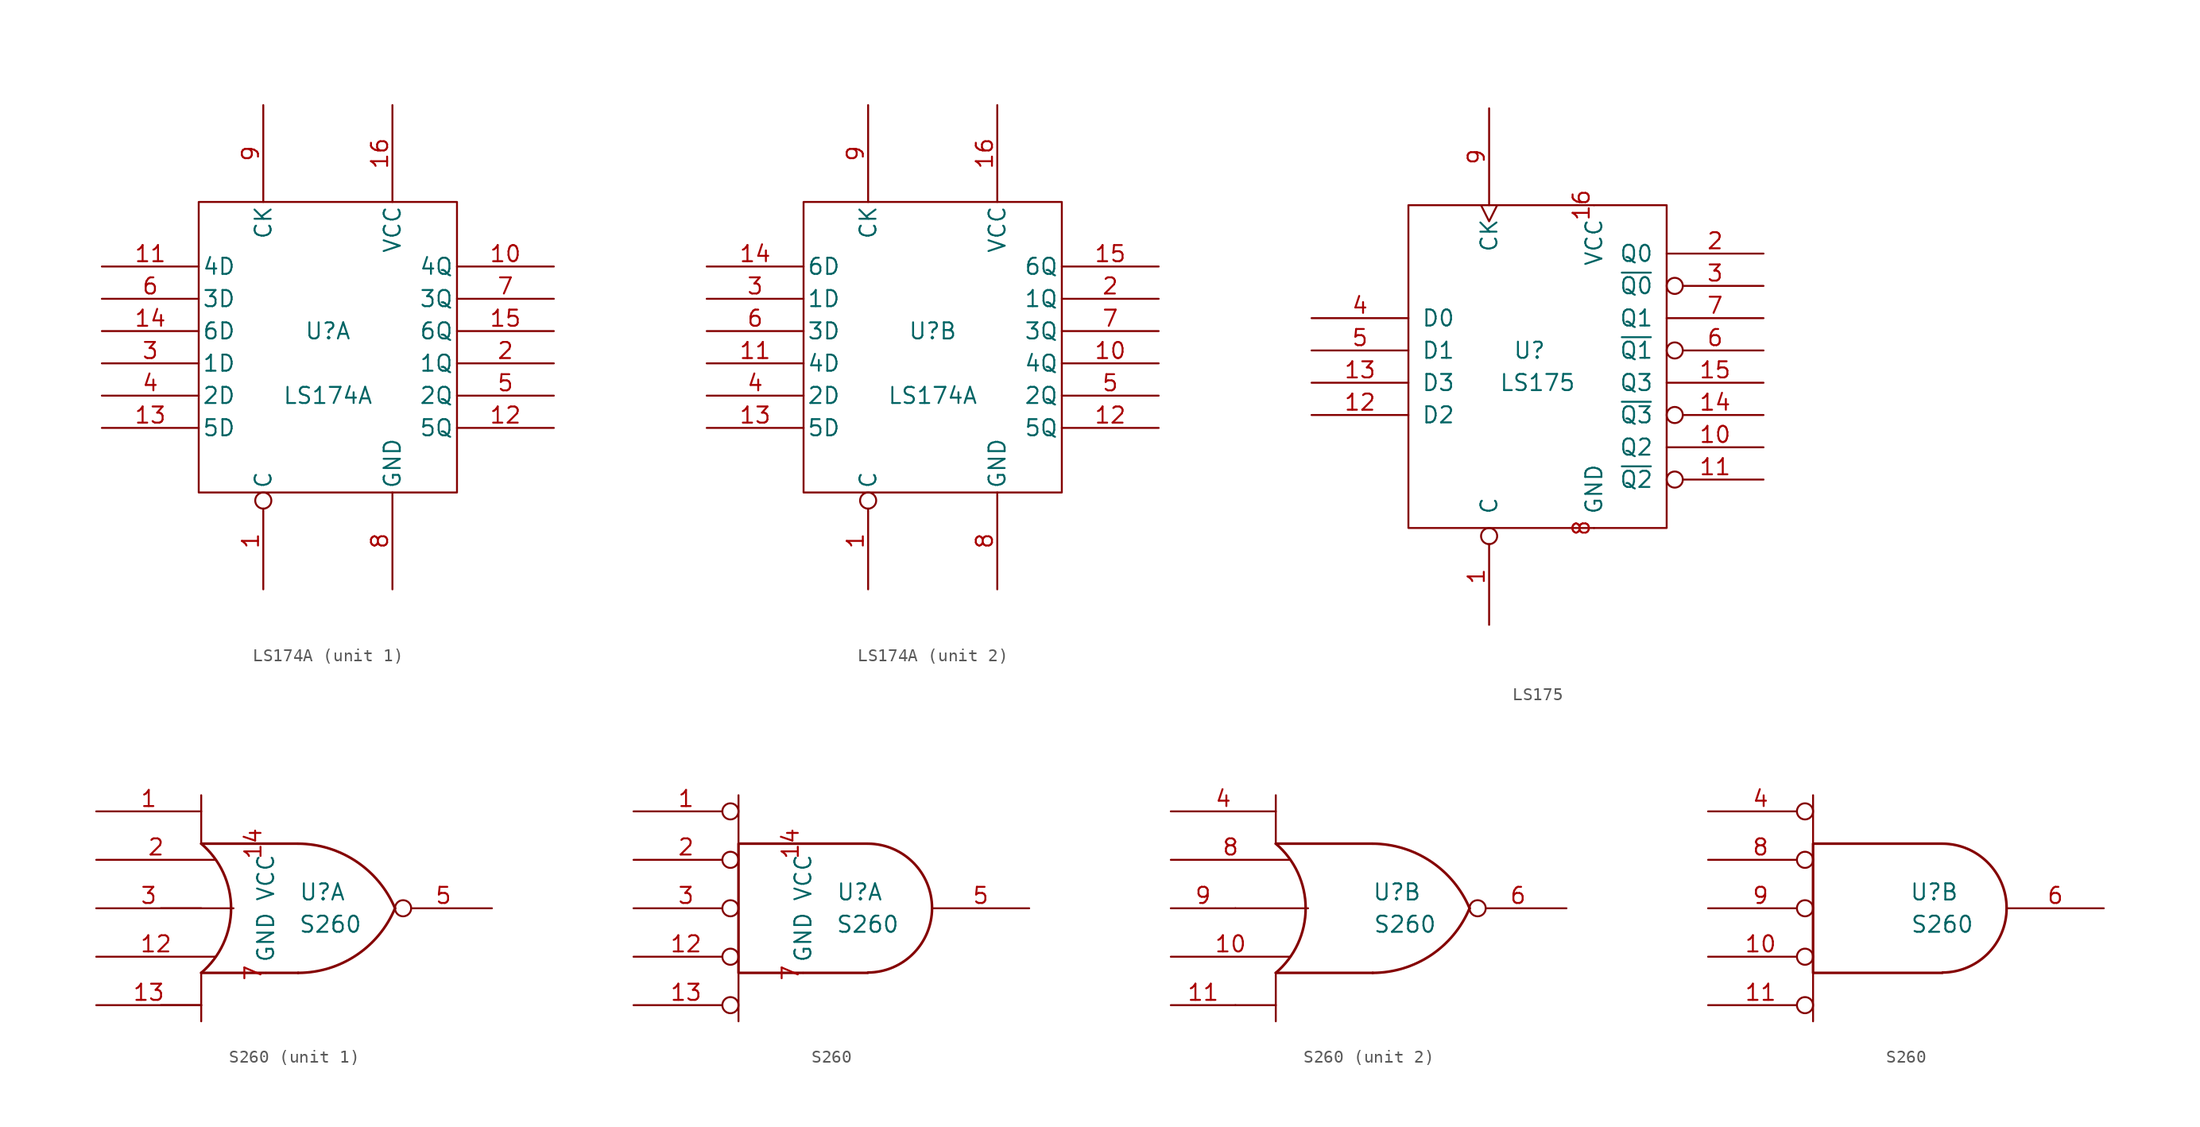
<source format=kicad_sym>
(kicad_symbol_lib
  (version 20211014)
  (generator kicad_symbol_editor)
  (symbol "LS174A"
    (pin_names
      (offset 0.254))
    (property "Reference" "U"
      (at 0 1.27 0)
      (effects (font (size 1.27 1.27))))
    (property "Value" "LS174A"
      (at 0 -3.81 0)
      (effects (font (size 1.27 1.27))))
    (symbol "LS174A_0_0"
      (pin power_in line (at 5.08 19.05 270) (length 7.62) (name "VCC" (effects (font (size 1.27 1.27)))) (number "16" (effects (font (size 1.27 1.27))))))
    (symbol "LS174A_1_0"
      (pin power_in line (at 5.08 -19.05 90) (length 7.62) (name "GND" (effects (font (size 1.27 1.27)))) (number "8" (effects (font (size 1.27 1.27))))))
    (symbol "LS174A_1_1"
      (rectangle (start -10.16 11.43) (end 10.16 -11.43) (stroke (width 0) (type default) (color 0 0 0 0)) (fill (type none)))
      (pin input inverted (at -5.08 -19.05 90) (length 7.62) (name "C" (effects (font (size 1.27 1.27)))) (number "1" (effects (font (size 1.27 1.27)))))
      (pin output line (at 17.78 6.35 180) (length 7.62) (name "4Q" (effects (font (size 1.27 1.27)))) (number "10" (effects (font (size 1.27 1.27)))))
      (pin input line (at -17.78 6.35 0) (length 7.62) (name "4D" (effects (font (size 1.27 1.27)))) (number "11" (effects (font (size 1.27 1.27)))))
      (pin output line (at 17.78 -6.35 180) (length 7.62) (name "5Q" (effects (font (size 1.27 1.27)))) (number "12" (effects (font (size 1.27 1.27)))))
      (pin input line (at -17.78 -6.35 0) (length 7.62) (name "5D" (effects (font (size 1.27 1.27)))) (number "13" (effects (font (size 1.27 1.27)))))
      (pin input line (at -17.78 1.27 0) (length 7.62) (name "6D" (effects (font (size 1.27 1.27)))) (number "14" (effects (font (size 1.27 1.27)))))
      (pin output line (at 17.78 1.27 180) (length 7.62) (name "6Q" (effects (font (size 1.27 1.27)))) (number "15" (effects (font (size 1.27 1.27)))))
      (pin output line (at 17.78 -1.27 180) (length 7.62) (name "1Q" (effects (font (size 1.27 1.27)))) (number "2" (effects (font (size 1.27 1.27)))))
      (pin input line (at -17.78 -1.27 0) (length 7.62) (name "1D" (effects (font (size 1.27 1.27)))) (number "3" (effects (font (size 1.27 1.27)))))
      (pin input line (at -17.78 -3.81 0) (length 7.62) (name "2D" (effects (font (size 1.27 1.27)))) (number "4" (effects (font (size 1.27 1.27)))))
      (pin output line (at 17.78 -3.81 180) (length 7.62) (name "2Q" (effects (font (size 1.27 1.27)))) (number "5" (effects (font (size 1.27 1.27)))))
      (pin input line (at -17.78 3.81 0) (length 7.62) (name "3D" (effects (font (size 1.27 1.27)))) (number "6" (effects (font (size 1.27 1.27)))))
      (pin output line (at 17.78 3.81 180) (length 7.62) (name "3Q" (effects (font (size 1.27 1.27)))) (number "7" (effects (font (size 1.27 1.27)))))
      (pin input line (at -5.08 19.05 270) (length 7.62) (name "CK" (effects (font (size 1.27 1.27)))) (number "9" (effects (font (size 1.27 1.27))))))
    (symbol "LS174A_2_0"
      (pin power_in line (at 5.08 -19.05 90) (length 7.62) (name "GND" (effects (font (size 1.27 1.27)))) (number "8" (effects (font (size 1.27 1.27))))))
    (symbol "LS174A_2_1"
      (rectangle (start -10.16 11.43) (end 10.16 -11.43) (stroke (width 0) (type default) (color 0 0 0 0)) (fill (type none)))
      (pin input inverted (at -5.08 -19.05 90) (length 7.62) (name "C" (effects (font (size 1.27 1.27)))) (number "1" (effects (font (size 1.27 1.27)))))
      (pin output line (at 17.78 -1.27 180) (length 7.62) (name "4Q" (effects (font (size 1.27 1.27)))) (number "10" (effects (font (size 1.27 1.27)))))
      (pin input line (at -17.78 -1.27 0) (length 7.62) (name "4D" (effects (font (size 1.27 1.27)))) (number "11" (effects (font (size 1.27 1.27)))))
      (pin output line (at 17.78 -6.35 180) (length 7.62) (name "5Q" (effects (font (size 1.27 1.27)))) (number "12" (effects (font (size 1.27 1.27)))))
      (pin input line (at -17.78 -6.35 0) (length 7.62) (name "5D" (effects (font (size 1.27 1.27)))) (number "13" (effects (font (size 1.27 1.27)))))
      (pin input line (at -17.78 6.35 0) (length 7.62) (name "6D" (effects (font (size 1.27 1.27)))) (number "14" (effects (font (size 1.27 1.27)))))
      (pin output line (at 17.78 6.35 180) (length 7.62) (name "6Q" (effects (font (size 1.27 1.27)))) (number "15" (effects (font (size 1.27 1.27)))))
      (pin output line (at 17.78 3.81 180) (length 7.62) (name "1Q" (effects (font (size 1.27 1.27)))) (number "2" (effects (font (size 1.27 1.27)))))
      (pin input line (at -17.78 3.81 0) (length 7.62) (name "1D" (effects (font (size 1.27 1.27)))) (number "3" (effects (font (size 1.27 1.27)))))
      (pin input line (at -17.78 -3.81 0) (length 7.62) (name "2D" (effects (font (size 1.27 1.27)))) (number "4" (effects (font (size 1.27 1.27)))))
      (pin output line (at 17.78 -3.81 180) (length 7.62) (name "2Q" (effects (font (size 1.27 1.27)))) (number "5" (effects (font (size 1.27 1.27)))))
      (pin input line (at -17.78 1.27 0) (length 7.62) (name "3D" (effects (font (size 1.27 1.27)))) (number "6" (effects (font (size 1.27 1.27)))))
      (pin output line (at 17.78 1.27 180) (length 7.62) (name "3Q" (effects (font (size 1.27 1.27)))) (number "7" (effects (font (size 1.27 1.27)))))
      (pin input line (at -5.08 19.05 270) (length 7.62) (name "CK" (effects (font (size 1.27 1.27)))) (number "9" (effects (font (size 1.27 1.27)))))))
  (symbol "LS175"
    (pin_names
      (offset 1.016))
    (property "Reference" "U"
      (at -0.635 1.27 0)
      (effects (font (size 1.27 1.27))))
    (property "Value" "LS175"
      (at 0 -1.27 0)
      (effects (font (size 1.27 1.27))))
    (symbol "LS175_0_0"
      (pin power_in line (at 4.445 12.7 270) (length 0) (name "VCC" (effects (font (size 1.27 1.27)))) (number "16" (effects (font (size 1.27 1.27)))))
      (pin power_in line (at 4.445 -12.7 90) (length 0) (name "GND" (effects (font (size 1.27 1.27)))) (number "8" (effects (font (size 1.27 1.27))))))
    (symbol "LS175_0_1"
      (rectangle (start -10.16 12.7) (end 10.16 -12.7) (stroke (width 0) (type default) (color 0 0 0 0)) (fill (type none))))
    (symbol "LS175_1_1"
      (pin input inverted (at -3.81 -20.32 90) (length 7.62) (name "C" (effects (font (size 1.27 1.27)))) (number "1" (effects (font (size 1.27 1.27)))))
      (pin output line (at 17.78 -6.35 180) (length 7.62) (name "Q2" (effects (font (size 1.27 1.27)))) (number "10" (effects (font (size 1.27 1.27)))))
      (pin output inverted (at 17.78 -8.89 180) (length 7.62) (name "~{Q2}" (effects (font (size 1.27 1.27)))) (number "11" (effects (font (size 1.27 1.27)))))
      (pin input line (at -17.78 -3.81 0) (length 7.62) (name "D2" (effects (font (size 1.27 1.27)))) (number "12" (effects (font (size 1.27 1.27)))))
      (pin input line (at -17.78 -1.27 0) (length 7.62) (name "D3" (effects (font (size 1.27 1.27)))) (number "13" (effects (font (size 1.27 1.27)))))
      (pin output inverted (at 17.78 -3.81 180) (length 7.62) (name "~{Q3}" (effects (font (size 1.27 1.27)))) (number "14" (effects (font (size 1.27 1.27)))))
      (pin output line (at 17.78 -1.27 180) (length 7.62) (name "Q3" (effects (font (size 1.27 1.27)))) (number "15" (effects (font (size 1.27 1.27)))))
      (pin output line (at 17.78 8.89 180) (length 7.62) (name "Q0" (effects (font (size 1.27 1.27)))) (number "2" (effects (font (size 1.27 1.27)))))
      (pin output inverted (at 17.78 6.35 180) (length 7.62) (name "~{Q0}" (effects (font (size 1.27 1.27)))) (number "3" (effects (font (size 1.27 1.27)))))
      (pin input line (at -17.78 3.81 0) (length 7.62) (name "D0" (effects (font (size 1.27 1.27)))) (number "4" (effects (font (size 1.27 1.27)))))
      (pin input line (at -17.78 1.27 0) (length 7.62) (name "D1" (effects (font (size 1.27 1.27)))) (number "5" (effects (font (size 1.27 1.27)))))
      (pin output inverted (at 17.78 1.27 180) (length 7.62) (name "~{Q1}" (effects (font (size 1.27 1.27)))) (number "6" (effects (font (size 1.27 1.27)))))
      (pin output line (at 17.78 3.81 180) (length 7.62) (name "Q1" (effects (font (size 1.27 1.27)))) (number "7" (effects (font (size 1.27 1.27)))))
      (pin input clock (at -3.81 20.32 270) (length 7.62) (name "CK" (effects (font (size 1.27 1.27)))) (number "9" (effects (font (size 1.27 1.27)))))))
  (symbol "S260"
    (pin_names
      (offset 0.762))
    (property "Reference" "U"
      (at 1.905 1.27 0)
      (effects (font (size 1.27 1.27))))
    (property "Value" "S260"
      (at 2.54 -1.27 0)
      (effects (font (size 1.27 1.27))))
    (symbol "S260_0_1"
      (arc (start -7.62 -5.08) (mid -5.2708 0) (end -7.62 5.08) (stroke (width 0.2032) (type default) (color 0 0 0 0)) (fill (type none)))
      (arc (start 0 -5.08) (mid 4.5784 -3.6925) (end 7.62 0) (stroke (width 0.2032) (type default) (color 0 0 0 0)) (fill (type none)))
      (polyline (pts (xy -10.795 -7.62) (xy -7.62 -7.62)) (stroke (width 0) (type default) (color 0 0 0 0)) (fill (type none)))
      (polyline (pts (xy -10.795 0) (xy -5.08 0)) (stroke (width 0) (type default) (color 0 0 0 0)) (fill (type none)))
      (polyline (pts (xy -7.62 -5.08) (xy -7.62 -8.89)) (stroke (width 0) (type default) (color 0 0 0 0)) (fill (type none)))
      (polyline (pts (xy -7.62 -5.08) (xy 0 -5.08)) (stroke (width 0.203) (type default) (color 0 0 0 0)) (fill (type none)))
      (polyline (pts (xy -7.62 5.08) (xy -7.62 8.89)) (stroke (width 0) (type default) (color 0 0 0 0)) (fill (type none)))
      (polyline (pts (xy -7.62 5.08) (xy 0 5.08)) (stroke (width 0.203) (type default) (color 0 0 0 0)) (fill (type none)))
      (arc (start 7.62 0) (mid 4.5717 3.6825) (end 0 5.08) (stroke (width 0.2032) (type default) (color 0 0 0 0)) (fill (type none))))
    (symbol "S260_0_2"
      (polyline (pts (xy -7.62 -5.08) (xy -7.62 -8.89)) (stroke (width 0) (type default) (color 0 0 0 0)) (fill (type none)))
      (polyline (pts (xy -7.62 5.08) (xy -7.62 8.89)) (stroke (width 0) (type default) (color 0 0 0 0)) (fill (type none)))
      (polyline (pts (xy 2.54 5.08) (xy -7.62 5.08) (xy -7.62 -5.08) (xy 2.54 -5.08)) (stroke (width 0.203) (type default) (color 0 0 0 0)) (fill (type none)))
      (arc (start 2.5654 -5.0546) (mid 7.5947 0.0127) (end 2.5654 5.08) (stroke (width 0.2032) (type default) (color 0 0 0 0)) (fill (type none))))
    (symbol "S260_1_0"
      (pin power_in line (at -2.54 5.08 270) (length 0) (name "VCC" (effects (font (size 1.27 1.27)))) (number "14" (effects (font (size 1.27 1.27)))))
      (pin power_in line (at -2.54 -5.08 90) (length 0) (name "GND" (effects (font (size 1.27 1.27)))) (number "7" (effects (font (size 1.27 1.27))))))
    (symbol "S260_1_1"
      (pin bidirectional line (at -15.875 7.62 0) (length 8.255) (name "~" (effects (font (size 1.27 1.27)))) (number "1" (effects (font (size 1.27 1.27)))))
      (pin input line (at -15.875 -3.81 0) (length 9.398) (name "~" (effects (font (size 1.27 1.27)))) (number "12" (effects (font (size 1.27 1.27)))))
      (pin bidirectional line (at -15.875 -7.62 0) (length 8.255) (name "~" (effects (font (size 1.27 1.27)))) (number "13" (effects (font (size 1.27 1.27)))))
      (pin input line (at -15.875 3.81 0) (length 9.398) (name "~" (effects (font (size 1.27 1.27)))) (number "2" (effects (font (size 1.27 1.27)))))
      (pin bidirectional line (at -15.875 0 0) (length 8.255) (name "~" (effects (font (size 1.27 1.27)))) (number "3" (effects (font (size 1.27 1.27)))))
      (pin output inverted (at 15.24 0 180) (length 7.62) (name "~" (effects (font (size 1.27 1.27)))) (number "5" (effects (font (size 1.27 1.27))))))
    (symbol "S260_1_2"
      (pin bidirectional inverted (at -15.875 7.62 0) (length 8.255) (name "~" (effects (font (size 1.27 1.27)))) (number "1" (effects (font (size 1.27 1.27)))))
      (pin input inverted (at -15.875 -3.81 0) (length 8.255) (name "~" (effects (font (size 1.27 1.27)))) (number "12" (effects (font (size 1.27 1.27)))))
      (pin bidirectional inverted (at -15.875 -7.62 0) (length 8.255) (name "~" (effects (font (size 1.27 1.27)))) (number "13" (effects (font (size 1.27 1.27)))))
      (pin input inverted (at -15.875 3.81 0) (length 8.255) (name "~" (effects (font (size 1.27 1.27)))) (number "2" (effects (font (size 1.27 1.27)))))
      (pin bidirectional inverted (at -15.875 0 0) (length 8.255) (name "~" (effects (font (size 1.27 1.27)))) (number "3" (effects (font (size 1.27 1.27)))))
      (pin output line (at 15.24 0 180) (length 7.62) (name "~" (effects (font (size 1.27 1.27)))) (number "5" (effects (font (size 1.27 1.27))))))
    (symbol "S260_2_1"
      (pin input line (at -15.875 -3.81 0) (length 9.398) (name "~" (effects (font (size 1.27 1.27)))) (number "10" (effects (font (size 1.27 1.27)))))
      (pin bidirectional line (at -15.875 -7.62 0) (length 5.08) (name "~" (effects (font (size 1.27 1.27)))) (number "11" (effects (font (size 1.27 1.27)))))
      (pin bidirectional line (at -15.875 7.62 0) (length 8.255) (name "~" (effects (font (size 1.27 1.27)))) (number "4" (effects (font (size 1.27 1.27)))))
      (pin output inverted (at 15.24 0 180) (length 7.62) (name "~" (effects (font (size 1.27 1.27)))) (number "6" (effects (font (size 1.27 1.27)))))
      (pin input line (at -15.875 3.81 0) (length 9.398) (name "~" (effects (font (size 1.27 1.27)))) (number "8" (effects (font (size 1.27 1.27)))))
      (pin bidirectional line (at -15.875 0 0) (length 5.08) (name "~" (effects (font (size 1.27 1.27)))) (number "9" (effects (font (size 1.27 1.27))))))
    (symbol "S260_2_2"
      (pin input inverted (at -15.875 -3.81 0) (length 8.255) (name "~" (effects (font (size 1.27 1.27)))) (number "10" (effects (font (size 1.27 1.27)))))
      (pin bidirectional inverted (at -15.875 -7.62 0) (length 8.255) (name "~" (effects (font (size 1.27 1.27)))) (number "11" (effects (font (size 1.27 1.27)))))
      (pin bidirectional inverted (at -15.875 7.62 0) (length 8.255) (name "~" (effects (font (size 1.27 1.27)))) (number "4" (effects (font (size 1.27 1.27)))))
      (pin output line (at 15.24 0 180) (length 7.62) (name "~" (effects (font (size 1.27 1.27)))) (number "6" (effects (font (size 1.27 1.27)))))
      (pin input inverted (at -15.875 3.81 0) (length 8.255) (name "~" (effects (font (size 1.27 1.27)))) (number "8" (effects (font (size 1.27 1.27)))))
      (pin bidirectional inverted (at -15.875 0 0) (length 8.255) (name "~" (effects (font (size 1.27 1.27)))) (number "9" (effects (font (size 1.27 1.27))))))))
</source>
